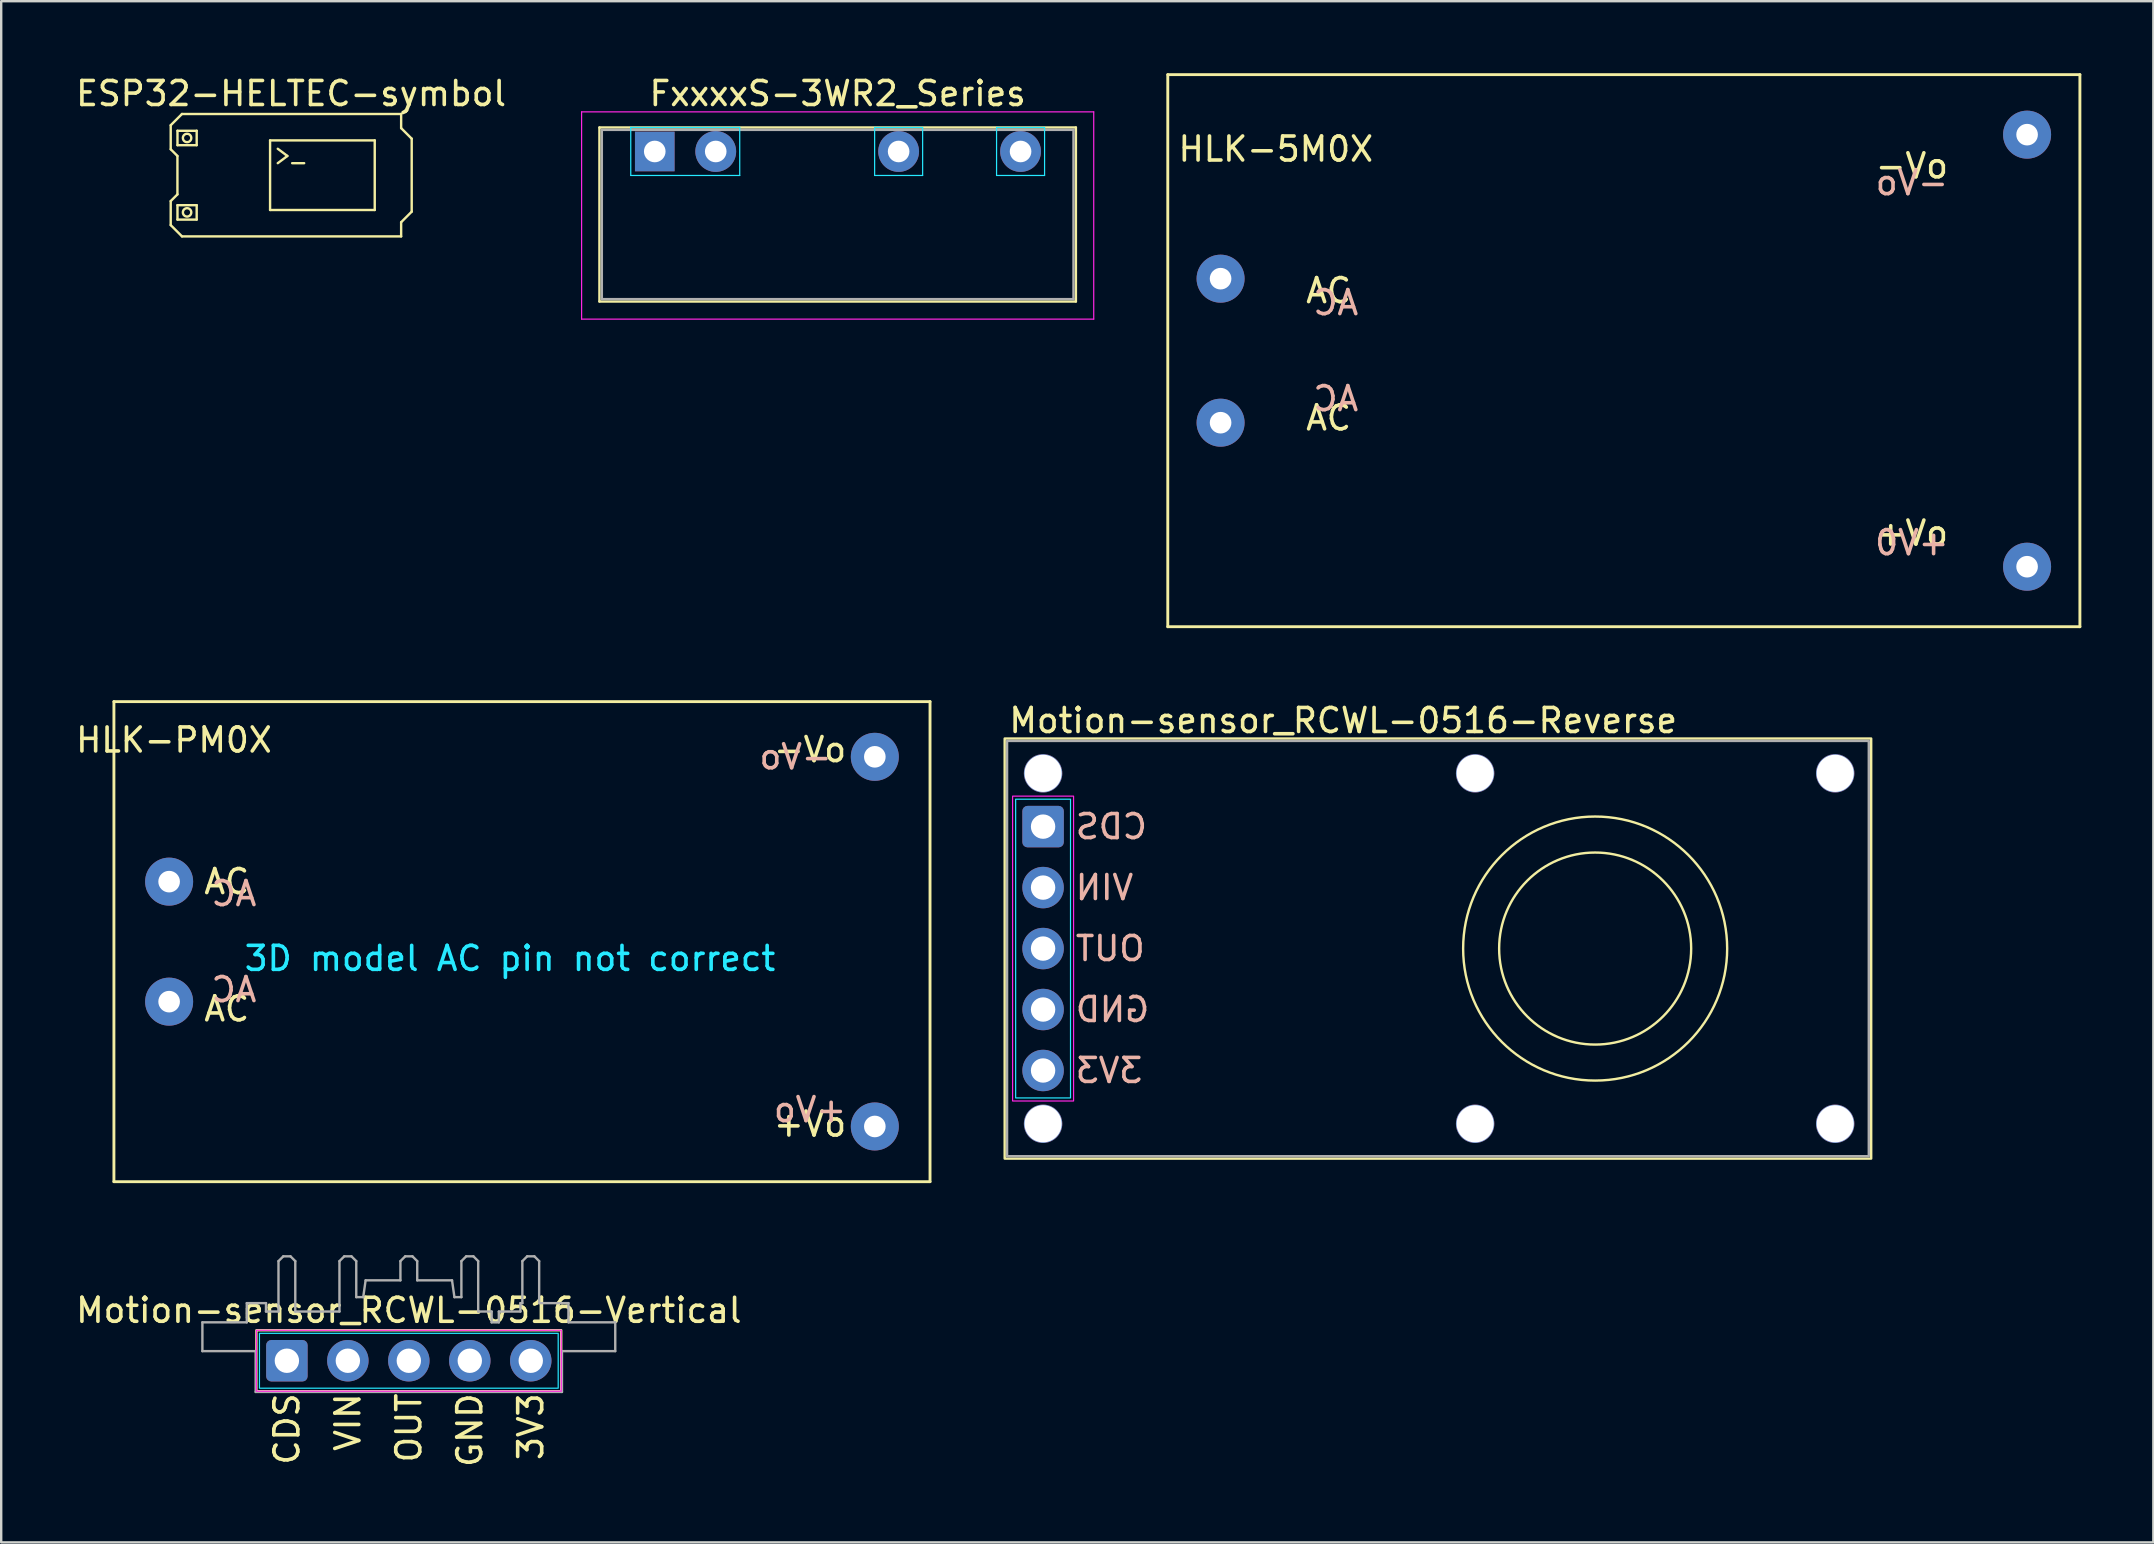
<source format=kicad_pcb>
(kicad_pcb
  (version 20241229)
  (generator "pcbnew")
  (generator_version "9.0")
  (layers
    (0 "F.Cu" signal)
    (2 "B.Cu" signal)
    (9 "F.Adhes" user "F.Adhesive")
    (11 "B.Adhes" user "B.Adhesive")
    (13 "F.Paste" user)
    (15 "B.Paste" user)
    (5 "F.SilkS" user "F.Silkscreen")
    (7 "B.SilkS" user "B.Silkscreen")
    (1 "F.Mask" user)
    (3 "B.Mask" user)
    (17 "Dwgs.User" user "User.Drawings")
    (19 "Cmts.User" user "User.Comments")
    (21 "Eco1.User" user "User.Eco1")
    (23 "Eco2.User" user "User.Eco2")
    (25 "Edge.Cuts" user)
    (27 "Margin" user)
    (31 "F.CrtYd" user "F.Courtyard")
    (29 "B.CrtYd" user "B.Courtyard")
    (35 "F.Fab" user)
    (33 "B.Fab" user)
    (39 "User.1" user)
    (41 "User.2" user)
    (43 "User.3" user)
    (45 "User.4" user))
  (footprint "Motion-sensor_RCWL-0516-Vertical"
    (layer "F.Cu")
    (at 13.982 53.64)
    (property "Reference" "Motion-sensor_RCWL-0516-Vertical" (at 0 -2.1 0) (layer "F.SilkS") (effects (font (size 1 1) (thickness 0.15))))
    (attr through_hole)
    (fp_rect (start 6.35 -1.27) (end -6.35 1.27) (stroke (width 0.1) (type solid)) (fill no) (layer "F.SilkS"))
    (fp_rect (start 6.223 -1.143) (end -6.223 1.143) (stroke (width 0.05) (type solid)) (fill no) (layer "B.CrtYd"))
    (fp_rect (start 6.35 -1.27) (end -6.35 1.27) (stroke (width 0.05) (type solid)) (fill no) (layer "F.CrtYd"))
    (fp_line (start -8.6 -1.6) (end -8.6 -0.4) (stroke (width 0.1) (type solid)) (layer "F.Fab"))
    (fp_line (start -6.75 -2.4) (end -6.75 -1.6) (stroke (width 0.1) (type solid)) (layer "F.Fab"))
    (fp_line (start -6.75 -1.6) (end -8.6 -1.6) (stroke (width 0.1) (type solid)) (layer "F.Fab"))
    (fp_line (start -6.38 -0.4) (end -8.6 -0.4) (stroke (width 0.1) (type solid)) (layer "F.Fab"))
    (fp_line (start -6.38 -0.4) (end -6.38 1.3) (stroke (width 0.1) (type solid)) (layer "F.Fab"))
    (fp_line (start -5.95 -2.4) (end -6.75 -2.4) (stroke (width 0.1) (type solid)) (layer "F.Fab"))
    (fp_line (start -5.95 -2.4) (end -5.95 -2.05) (stroke (width 0.1) (type solid)) (layer "F.Fab"))
    (fp_line (start -5.43 -4.15) (end -5.43 -2.05) (stroke (width 0.1) (type solid)) (layer "F.Fab"))
    (fp_line (start -5.43 -2.05) (end -5.95 -2.05) (stroke (width 0.1) (type solid)) (layer "F.Fab"))
    (fp_line (start -5.23 -4.35) (end -5.43 -4.15) (stroke (width 0.1) (type solid)) (layer "F.Fab"))
    (fp_line (start -4.93 -4.35) (end -5.23 -4.35) (stroke (width 0.1) (type solid)) (layer "F.Fab"))
    (fp_line (start -4.93 -4.35) (end -4.73 -4.15) (stroke (width 0.1) (type solid)) (layer "F.Fab"))
    (fp_line (start -4.73 -4.15) (end -4.73 -2.05) (stroke (width 0.1) (type solid)) (layer "F.Fab"))
    (fp_line (start -2.89 -4.15) (end -2.89 -2.05) (stroke (width 0.1) (type solid)) (layer "F.Fab"))
    (fp_line (start -2.89 -2.05) (end -4.73 -2.05) (stroke (width 0.1) (type solid)) (layer "F.Fab"))
    (fp_line (start -2.69 -4.35) (end -2.89 -4.15) (stroke (width 0.1) (type solid)) (layer "F.Fab"))
    (fp_line (start -2.39 -4.35) (end -2.69 -4.35) (stroke (width 0.1) (type solid)) (layer "F.Fab"))
    (fp_line (start -2.39 -4.35) (end -2.19 -4.15) (stroke (width 0.1) (type solid)) (layer "F.Fab"))
    (fp_line (start -2.19 -4.15) (end -2.19 -2.65) (stroke (width 0.1) (type solid)) (layer "F.Fab"))
    (fp_line (start -1.9 -2.65) (end -2.19 -2.65) (stroke (width 0.1) (type solid)) (layer "F.Fab"))
    (fp_line (start -1.8 -3.35) (end -1.9 -2.65) (stroke (width 0.1) (type solid)) (layer "F.Fab"))
    (fp_line (start -0.35 -4.15) (end -0.35 -3.35) (stroke (width 0.1) (type solid)) (layer "F.Fab"))
    (fp_line (start -0.35 -3.35) (end -1.8 -3.35) (stroke (width 0.1) (type solid)) (layer "F.Fab"))
    (fp_line (start -0.15 -4.35) (end -0.35 -4.15) (stroke (width 0.1) (type solid)) (layer "F.Fab"))
    (fp_line (start 0.15 -4.35) (end -0.15 -4.35) (stroke (width 0.1) (type solid)) (layer "F.Fab"))
    (fp_line (start 0.15 -4.35) (end 0.35 -4.15) (stroke (width 0.1) (type solid)) (layer "F.Fab"))
    (fp_line (start 0.35 -4.15) (end 0.35 -3.35) (stroke (width 0.1) (type solid)) (layer "F.Fab"))
    (fp_line (start 1.8 -3.35) (end 0.35 -3.35) (stroke (width 0.1) (type solid)) (layer "F.Fab"))
    (fp_line (start 1.8 -3.35) (end 1.9 -2.65) (stroke (width 0.1) (type solid)) (layer "F.Fab"))
    (fp_line (start 2.19 -4.15) (end 2.19 -2.65) (stroke (width 0.1) (type solid)) (layer "F.Fab"))
    (fp_line (start 2.19 -2.65) (end 1.9 -2.65) (stroke (width 0.1) (type solid)) (layer "F.Fab"))
    (fp_line (start 2.39 -4.35) (end 2.19 -4.15) (stroke (width 0.1) (type solid)) (layer "F.Fab"))
    (fp_line (start 2.69 -4.35) (end 2.39 -4.35) (stroke (width 0.1) (type solid)) (layer "F.Fab"))
    (fp_line (start 2.69 -4.35) (end 2.89 -4.15) (stroke (width 0.1) (type solid)) (layer "F.Fab"))
    (fp_line (start 2.89 -4.15) (end 2.89 -2.05) (stroke (width 0.1) (type solid)) (layer "F.Fab"))
    (fp_line (start 3.45 -2.05) (end 2.89 -2.05) (stroke (width 0.1) (type solid)) (layer "F.Fab"))
    (fp_line (start 3.45 -2.05) (end 3.45 -1.6) (stroke (width 0.1) (type solid)) (layer "F.Fab"))
    (fp_line (start 3.75 -2.05) (end 3.75 -1.6) (stroke (width 0.1) (type solid)) (layer "F.Fab"))
    (fp_line (start 3.75 -1.6) (end 3.45 -1.6) (stroke (width 0.1) (type solid)) (layer "F.Fab"))
    (fp_line (start 4.65 -2.4) (end 4.65 -2.05) (stroke (width 0.1) (type solid)) (layer "F.Fab"))
    (fp_line (start 4.65 -2.05) (end 3.75 -2.05) (stroke (width 0.1) (type solid)) (layer "F.Fab"))
    (fp_line (start 4.73 -4.15) (end 4.73 -2.4) (stroke (width 0.1) (type solid)) (layer "F.Fab"))
    (fp_line (start 4.73 -2.4) (end 4.65 -2.4) (stroke (width 0.1) (type solid)) (layer "F.Fab"))
    (fp_line (start 4.93 -4.35) (end 4.73 -4.15) (stroke (width 0.1) (type solid)) (layer "F.Fab"))
    (fp_line (start 5.23 -4.35) (end 4.93 -4.35) (stroke (width 0.1) (type solid)) (layer "F.Fab"))
    (fp_line (start 5.23 -4.35) (end 5.43 -4.15) (stroke (width 0.1) (type solid)) (layer "F.Fab"))
    (fp_line (start 5.43 -4.15) (end 5.43 -2.4) (stroke (width 0.1) (type solid)) (layer "F.Fab"))
    (fp_line (start 6.38 -0.4) (end 6.38 1.3) (stroke (width 0.1) (type solid)) (layer "F.Fab"))
    (fp_line (start 6.38 1.3) (end -6.38 1.3) (stroke (width 0.1) (type solid)) (layer "F.Fab"))
    (fp_line (start 6.65 -2.4) (end 5.43 -2.4) (stroke (width 0.1) (type solid)) (layer "F.Fab"))
    (fp_line (start 6.65 -2.4) (end 6.65 -1.6) (stroke (width 0.1) (type solid)) (layer "F.Fab"))
    (fp_line (start 8.6 -1.6) (end 6.65 -1.6) (stroke (width 0.1) (type solid)) (layer "F.Fab"))
    (fp_line (start 8.6 -1.6) (end 8.6 -0.4) (stroke (width 0.1) (type solid)) (layer "F.Fab"))
    (fp_line (start 8.6 -0.4) (end 6.38 -0.4) (stroke (width 0.1) (type solid)) (layer "F.Fab"))
    (fp_text user "CDS" (at -5.08 1.27 270) (layer "F.SilkS") (effects (font (size 1 1) (thickness 0.15)) (justify right)))
    (fp_text user "3V3" (at 5.08 1.27 270) (layer "F.SilkS") (effects (font (size 1 1) (thickness 0.15)) (justify right)))
    (fp_text user "GND" (at 2.54 1.27 270) (layer "F.SilkS") (effects (font (size 1 1) (thickness 0.15)) (justify right)))
    (fp_text user "OUT" (at 0 1.27 270) (layer "F.SilkS") (effects (font (size 1 1) (thickness 0.15)) (justify right)))
    (fp_text user "VIN" (at -2.54 1.27 270) (layer "F.SilkS") (effects (font (size 1 1) (thickness 0.15)) (justify right)))
    (pad "1" thru_hole roundrect (at -5.08 0 270) (size 1.727 1.727) (drill 1.016) (layers "*.Cu" "*.Mask") (roundrect_rratio 0.125))
    (pad "2" thru_hole circle (at -2.54 0 270) (size 1.727 1.727) (drill 1.016) (layers "*.Cu" "*.Mask"))
    (pad "3" thru_hole circle (at 0 0 270) (size 1.727 1.727) (drill 1.016) (layers "*.Cu" "*.Mask"))
    (pad "4" thru_hole circle (at 2.54 0 270) (size 1.727 1.727) (drill 1.016) (layers "*.Cu" "*.Mask"))
    (pad "5" thru_hole circle (at 5.08 0 270) (size 1.727 1.727) (drill 1.016) (layers "*.Cu" "*.Mask")))
  (footprint "HLK-5M0X"
    (layer "F.Cu")
    (at 64.601 11.56)
    (property "Reference" "HLK-5M0X" (at -14.5 -8.4 0) (layer "F.SilkS") (effects (font (size 1 1) (thickness 0.15))))
    (attr through_hole)
    (fp_line (start -19 -11.5) (end -19 11.5) (stroke (width 0.12) (type solid)) (layer "F.SilkS"))
    (fp_line (start -19 11.5) (end 19 11.5) (stroke (width 0.12) (type solid)) (layer "F.SilkS"))
    (fp_line (start 19 -11.5) (end -19 -11.5) (stroke (width 0.12) (type solid)) (layer "F.SilkS"))
    (fp_line (start 19 11.5) (end 19 -11.5) (stroke (width 0.12) (type solid)) (layer "F.SilkS"))
    (fp_text user "AC" (at -12.3 2.8 0) (layer "F.SilkS") (effects (font (size 1 1) (thickness 0.15))))
    (fp_text user "-Vo" (at 12 -7.7 0) (layer "F.SilkS") (effects (font (size 1 1) (thickness 0.15))))
    (fp_text user "+Vo" (at 12 7.6 0) (layer "F.SilkS") (effects (font (size 1 1) (thickness 0.15))))
    (fp_text user "AC" (at -12.3 -2.5 0) (layer "F.SilkS") (effects (font (size 1 1) (thickness 0.15))))
    (fp_text user "-Vo" (at 12 -7 0) (layer "B.SilkS") (effects (font (size 1 1) (thickness 0.15)) (justify mirror)))
    (fp_text user "+V0" (at 12 8 0) (layer "B.SilkS") (effects (font (size 1 1) (thickness 0.15)) (justify mirror)))
    (fp_text user "AC" (at -12 -2 0) (layer "B.SilkS") (effects (font (size 1 1) (thickness 0.15)) (justify mirror)))
    (fp_text user "AC" (at -12 2 0) (layer "B.SilkS") (effects (font (size 1 1) (thickness 0.15)) (justify mirror)))
    (pad "1" thru_hole circle (at -16.8 -3) (size 2 2) (drill 0.9) (layers "*.Cu" "*.Mask"))
    (pad "2" thru_hole circle (at -16.8 3) (size 2 2) (drill 0.9) (layers "*.Cu" "*.Mask"))
    (pad "3" thru_hole circle (at 16.8 -9) (size 2 2) (drill 0.9) (layers "*.Cu" "*.Mask"))
    (pad "4" thru_hole circle (at 16.8 9) (size 2 2) (drill 0.9) (layers "*.Cu" "*.Mask")))
  (footprint "FxxxxS-3WR2_Series"
    (layer "F.Cu")
    (at 31.848 3.261)
    (property "Reference" "FxxxxS-3WR2_Series" (at 0 -2.413 0) (layer "F.SilkS") (effects (font (size 1 1) (thickness 0.15))))
    (attr through_hole)
    (fp_line (start -9.925 -1) (end -9.925 6.25) (stroke (width 0.1) (type solid)) (layer "F.SilkS"))
    (fp_line (start -9.925 6.25) (end 9.925 6.25) (stroke (width 0.1) (type solid)) (layer "F.SilkS"))
    (fp_line (start 9.925 -1) (end -9.925 -1) (stroke (width 0.1) (type solid)) (layer "F.SilkS"))
    (fp_line (start 9.925 6.25) (end 9.925 -1) (stroke (width 0.1) (type solid)) (layer "F.SilkS"))
    (fp_line (start -8.62 -1) (end -8.62 1) (stroke (width 0.05) (type solid)) (layer "B.CrtYd"))
    (fp_line (start -8.62 1) (end -4.08 1) (stroke (width 0.05) (type solid)) (layer "B.CrtYd"))
    (fp_line (start -4.08 -1) (end -8.62 -1) (stroke (width 0.05) (type solid)) (layer "B.CrtYd"))
    (fp_line (start -4.08 1) (end -4.08 -1) (stroke (width 0.05) (type solid)) (layer "B.CrtYd"))
    (fp_line (start 1.54 -1) (end 1.54 1) (stroke (width 0.05) (type solid)) (layer "B.CrtYd"))
    (fp_line (start 1.54 1) (end 3.54 1) (stroke (width 0.05) (type solid)) (layer "B.CrtYd"))
    (fp_line (start 3.54 -1) (end 1.54 -1) (stroke (width 0.05) (type solid)) (layer "B.CrtYd"))
    (fp_line (start 3.54 1) (end 3.54 -1) (stroke (width 0.05) (type solid)) (layer "B.CrtYd"))
    (fp_line (start 6.62 -1) (end 6.62 1) (stroke (width 0.05) (type solid)) (layer "B.CrtYd"))
    (fp_line (start 6.62 1) (end 8.62 1) (stroke (width 0.05) (type solid)) (layer "B.CrtYd"))
    (fp_line (start 8.62 -1) (end 6.62 -1) (stroke (width 0.05) (type solid)) (layer "B.CrtYd"))
    (fp_line (start 8.62 1) (end 8.62 -1) (stroke (width 0.05) (type solid)) (layer "B.CrtYd"))
    (fp_line (start -10.668 -1.651) (end -10.668 6.985) (stroke (width 0.05) (type solid)) (layer "F.CrtYd"))
    (fp_line (start -10.668 6.985) (end 10.668 6.985) (stroke (width 0.05) (type solid)) (layer "F.CrtYd"))
    (fp_line (start 10.668 -1.651) (end -10.668 -1.651) (stroke (width 0.05) (type solid)) (layer "F.CrtYd"))
    (fp_line (start 10.668 6.985) (end 10.668 -1.651) (stroke (width 0.05) (type solid)) (layer "F.CrtYd"))
    (fp_line (start -9.825 -0.9) (end -9.825 6.15) (stroke (width 0.1) (type solid)) (layer "F.Fab"))
    (fp_line (start -9.825 -0.9) (end 9.825 -0.9) (stroke (width 0.1) (type solid)) (layer "F.Fab"))
    (fp_line (start -9.825 6.15) (end 9.825 6.15) (stroke (width 0.1) (type solid)) (layer "F.Fab"))
    (fp_line (start 9.825 -0.9) (end 9.825 6.15) (stroke (width 0.1) (type solid)) (layer "F.Fab"))
    (pad "1" thru_hole trapezoid (at -7.62 0) (size 1.65 1.65) (drill 0.9) (layers "*.Cu" "*.Mask"))
    (pad "2" thru_hole circle (at -5.08 0) (size 1.7 1.7) (drill 0.9) (layers "*.Cu" "*.Mask"))
    (pad "5" thru_hole circle (at 2.54 0) (size 1.7 1.7) (drill 0.9) (layers "*.Cu" "*.Mask"))
    (pad "7" thru_hole circle (at 7.62 0) (size 1.7 1.7) (drill 0.9) (layers "*.Cu" "*.Mask")))
  (footprint "ESP32-HELTEC-symbol"
    (layer "F.Cu")
    (at 9.077 4.248)
    (property "Reference" "ESP32-HELTEC-symbol" (at 0 -3.4 0) (layer "F.SilkS") (effects (font (size 1 1) (thickness 0.15))))
    (attr through_hole)
    (fp_line (start -5.015 -2.08) (end -4.545 -2.55) (stroke (width 0.1) (type solid)) (layer "F.SilkS"))
    (fp_line (start -5.015 -1.08) (end -5.015 -2.08) (stroke (width 0.1) (type solid)) (layer "F.SilkS"))
    (fp_line (start -5.015 2.08) (end -5.015 1.08) (stroke (width 0.1) (type solid)) (layer "F.SilkS"))
    (fp_line (start -4.735 -0.8) (end -5.015 -1.08) (stroke (width 0.1) (type solid)) (layer "F.SilkS"))
    (fp_line (start -4.735 0.8) (end -5.015 1.08) (stroke (width 0.1) (type solid)) (layer "F.SilkS"))
    (fp_line (start -4.735 0.8) (end -4.735 -0.8) (stroke (width 0.1) (type solid)) (layer "F.SilkS"))
    (fp_line (start -4.733 -1.85) (end -4.733 -1.25) (stroke (width 0.1) (type solid)) (layer "F.SilkS"))
    (fp_line (start -4.733 -1.25) (end -3.933 -1.25) (stroke (width 0.1) (type solid)) (layer "F.SilkS"))
    (fp_line (start -4.733 1.25) (end -4.733 1.85) (stroke (width 0.1) (type solid)) (layer "F.SilkS"))
    (fp_line (start -4.733 1.85) (end -3.933 1.85) (stroke (width 0.1) (type solid)) (layer "F.SilkS"))
    (fp_line (start -4.545 -2.55) (end 4.585 -2.55) (stroke (width 0.1) (type solid)) (layer "F.SilkS"))
    (fp_line (start -4.545 2.55) (end -5.015 2.08) (stroke (width 0.1) (type solid)) (layer "F.SilkS"))
    (fp_line (start -3.933 -1.85) (end -4.733 -1.85) (stroke (width 0.1) (type solid)) (layer "F.SilkS"))
    (fp_line (start -3.933 -1.25) (end -3.933 -1.85) (stroke (width 0.1) (type solid)) (layer "F.SilkS"))
    (fp_line (start -3.933 1.25) (end -4.733 1.25) (stroke (width 0.1) (type solid)) (layer "F.SilkS"))
    (fp_line (start -3.933 1.85) (end -3.933 1.25) (stroke (width 0.1) (type solid)) (layer "F.SilkS"))
    (fp_line (start -0.875 -1.45) (end -0.875 1.45) (stroke (width 0.1) (type solid)) (layer "F.SilkS"))
    (fp_line (start -0.875 1.45) (end 3.485 1.45) (stroke (width 0.1) (type solid)) (layer "F.SilkS"))
    (fp_line (start -0.555 -1.1) (end -0.155 -0.8) (stroke (width 0.1) (type solid)) (layer "F.SilkS"))
    (fp_line (start -0.155 -0.8) (end -0.555 -0.5) (stroke (width 0.1) (type solid)) (layer "F.SilkS"))
    (fp_line (start 0.545 -0.5) (end 0.045 -0.5) (stroke (width 0.1) (type solid)) (layer "F.SilkS"))
    (fp_line (start 3.485 -1.45) (end -0.875 -1.45) (stroke (width 0.1) (type solid)) (layer "F.SilkS"))
    (fp_line (start 3.485 1.45) (end 3.485 -1.45) (stroke (width 0.1) (type solid)) (layer "F.SilkS"))
    (fp_line (start 4.585 -2.55) (end 4.585 -1.96) (stroke (width 0.1) (type solid)) (layer "F.SilkS"))
    (fp_line (start 4.585 1.96) (end 4.585 2.55) (stroke (width 0.1) (type solid)) (layer "F.SilkS"))
    (fp_line (start 4.585 2.55) (end -4.545 2.55) (stroke (width 0.1) (type solid)) (layer "F.SilkS"))
    (fp_line (start 5.025 -1.52) (end 4.585 -1.96) (stroke (width 0.1) (type solid)) (layer "F.SilkS"))
    (fp_line (start 5.025 -1.52) (end 5.025 1.52) (stroke (width 0.1) (type solid)) (layer "F.SilkS"))
    (fp_line (start 5.025 1.52) (end 4.585 1.96) (stroke (width 0.1) (type solid)) (layer "F.SilkS"))
    (fp_circle (center -4.333 -1.55) (end -4.158 -1.55) (stroke (width 0.1) (type solid)) (fill no) (layer "F.SilkS"))
    (fp_circle (center -4.333 1.55) (end -4.158 1.55) (stroke (width 0.1) (type solid)) (fill no) (layer "F.SilkS")))
  (footprint "HLK-PM0X"
    (layer "F.Cu")
    (at 18.696 36.18)
    (property "Reference" "HLK-PM0X" (at -14.5 -8.4 0) (layer "F.SilkS") (effects (font (size 1 1) (thickness 0.15))))
    (attr through_hole)
    (fp_line (start -17 -10) (end -17 10) (stroke (width 0.12) (type solid)) (layer "F.SilkS"))
    (fp_line (start -17 10) (end 17 10) (stroke (width 0.12) (type solid)) (layer "F.SilkS"))
    (fp_line (start 17 -10) (end -17 -10) (stroke (width 0.12) (type solid)) (layer "F.SilkS"))
    (fp_line (start 17 10) (end 17 -10) (stroke (width 0.12) (type solid)) (layer "F.SilkS"))
    (fp_text user "AC" (at -12.3 2.8 0) (layer "F.SilkS") (effects (font (size 1 1) (thickness 0.15))))
    (fp_text user "-Vo" (at 12 -8 0) (layer "F.SilkS") (effects (font (size 1 1) (thickness 0.15))))
    (fp_text user "AC" (at -12.3 -2.5 0) (layer "F.SilkS") (effects (font (size 1 1) (thickness 0.15))))
    (fp_text user "+Vo" (at 12 7.6 0) (layer "F.SilkS") (effects (font (size 1 1) (thickness 0.15))))
    (fp_text user "-Vo" (at 11.4 -7.7 0) (layer "B.SilkS") (effects (font (size 1 1) (thickness 0.15)) (justify mirror)))
    (fp_text user "+Vo" (at 12 7 0) (layer "B.SilkS") (effects (font (size 1 1) (thickness 0.15)) (justify mirror)))
    (fp_text user "AC" (at -12 2 0) (layer "B.SilkS") (effects (font (size 1 1) (thickness 0.15)) (justify mirror)))
    (fp_text user "AC" (at -12 -2 0) (layer "B.SilkS") (effects (font (size 1 1) (thickness 0.15)) (justify mirror)))
    (fp_text user "3D model AC pin not correct" (at -0.5 0.7 0) (layer "B.CrtYd") (effects (font (size 1 1) (thickness 0.15))))
    (pad "1" thru_hole circle (at -14.7 -2.5) (size 2 2) (drill 0.9) (layers "*.Cu" "*.Mask"))
    (pad "2" thru_hole circle (at -14.7 2.5) (size 2 2) (drill 0.9) (layers "*.Cu" "*.Mask"))
    (pad "3" thru_hole circle (at 14.7 -7.7) (size 2 2) (drill 0.9) (layers "*.Cu" "*.Mask"))
    (pad "4" thru_hole circle (at 14.7 7.7) (size 2 2) (drill 0.9) (layers "*.Cu" "*.Mask")))
  (footprint "Motion-sensor_RCWL-0516-Reverse"
    (layer "F.Cu")
    (at 63.406 36.468)
    (property "Reference" "Motion-sensor_RCWL-0516-Reverse" (at -24.5 -9.5 0) (layer "F.SilkS") (effects (font (size 1 1) (thickness 0.15)) (justify left)))
    (attr through_hole)
    (fp_rect (start -24.6 -8.75) (end 11.5 8.75) (stroke (width 0.1) (type solid)) (fill no) (layer "F.SilkS"))
    (fp_circle (center 0 0) (end 0 4) (stroke (width 0.1) (type solid)) (fill no) (layer "F.SilkS"))
    (fp_circle (center 0 0) (end 0 5.5) (stroke (width 0.1) (type solid)) (fill no) (layer "F.SilkS"))
    (fp_rect (start -24.143 -6.223) (end -21.857 6.223) (stroke (width 0.05) (type solid)) (fill no) (layer "B.CrtYd"))
    (fp_rect (start -24.27 -6.35) (end -21.73 6.35) (stroke (width 0.05) (type solid)) (fill no) (layer "F.CrtYd"))
    (fp_rect (start -24.5 -8.65) (end 11.4 8.65) (stroke (width 0.1) (type solid)) (fill no) (layer "F.Fab"))
    (fp_text user "3V3" (at -21.73 5.08 0) (layer "B.SilkS") (effects (font (size 1 1) (thickness 0.15)) (justify right mirror)))
    (fp_text user "GND" (at -21.73 2.54 0) (layer "B.SilkS") (effects (font (size 1 1) (thickness 0.15)) (justify right mirror)))
    (fp_text user "OUT" (at -21.73 0 0) (layer "B.SilkS") (effects (font (size 1 1) (thickness 0.15)) (justify right mirror)))
    (fp_text user "VIN" (at -21.73 -2.54 0) (layer "B.SilkS") (effects (font (size 1 1) (thickness 0.15)) (justify right mirror)))
    (fp_text user "CDS" (at -21.73 -5.08 0) (layer "B.SilkS") (effects (font (size 1 1) (thickness 0.15)) (justify right mirror)))
    (pad "" np_thru_hole circle (at -23 -7.3) (size 1.6 1.6) (drill 1.55) (layers "*.Cu" "*.Mask"))
    (pad "" np_thru_hole circle (at -23 7.3) (size 1.6 1.6) (drill 1.55) (layers "*.Cu" "*.Mask"))
    (pad "" thru_hole circle (at -5 -7.3) (size 1.6 1.6) (drill 1.55) (layers "*.Cu" "*.Mask"))
    (pad "" thru_hole circle (at -5 7.3) (size 1.6 1.6) (drill 1.55) (layers "*.Cu" "*.Mask"))
    (pad "" thru_hole circle (at 10 -7.3) (size 1.6 1.6) (drill 1.55) (layers "*.Cu" "*.Mask"))
    (pad "" thru_hole circle (at 10 7.3) (size 1.6 1.6) (drill 1.55) (layers "*.Cu" "*.Mask"))
    (pad "1" thru_hole roundrect (at -23 -5.08 180) (size 1.727 1.727) (drill 1.016) (layers "*.Cu" "*.Mask") (roundrect_rratio 0.125))
    (pad "2" thru_hole circle (at -23 -2.54 180) (size 1.727 1.727) (drill 1.016) (layers "*.Cu" "*.Mask"))
    (pad "3" thru_hole circle (at -23 0 180) (size 1.727 1.727) (drill 1.016) (layers "*.Cu" "*.Mask"))
    (pad "4" thru_hole circle (at -23 2.54 180) (size 1.727 1.727) (drill 1.016) (layers "*.Cu" "*.Mask"))
    (pad "5" thru_hole circle (at -23 5.08 180) (size 1.727 1.727) (drill 1.016) (layers "*.Cu" "*.Mask")))
  (gr_rect
    (start -3 -3)
    (end 86.661 61.208)
    (stroke (width 0.1) (type default))
    (fill no)
    (layer "Edge.Cuts")))
</source>
